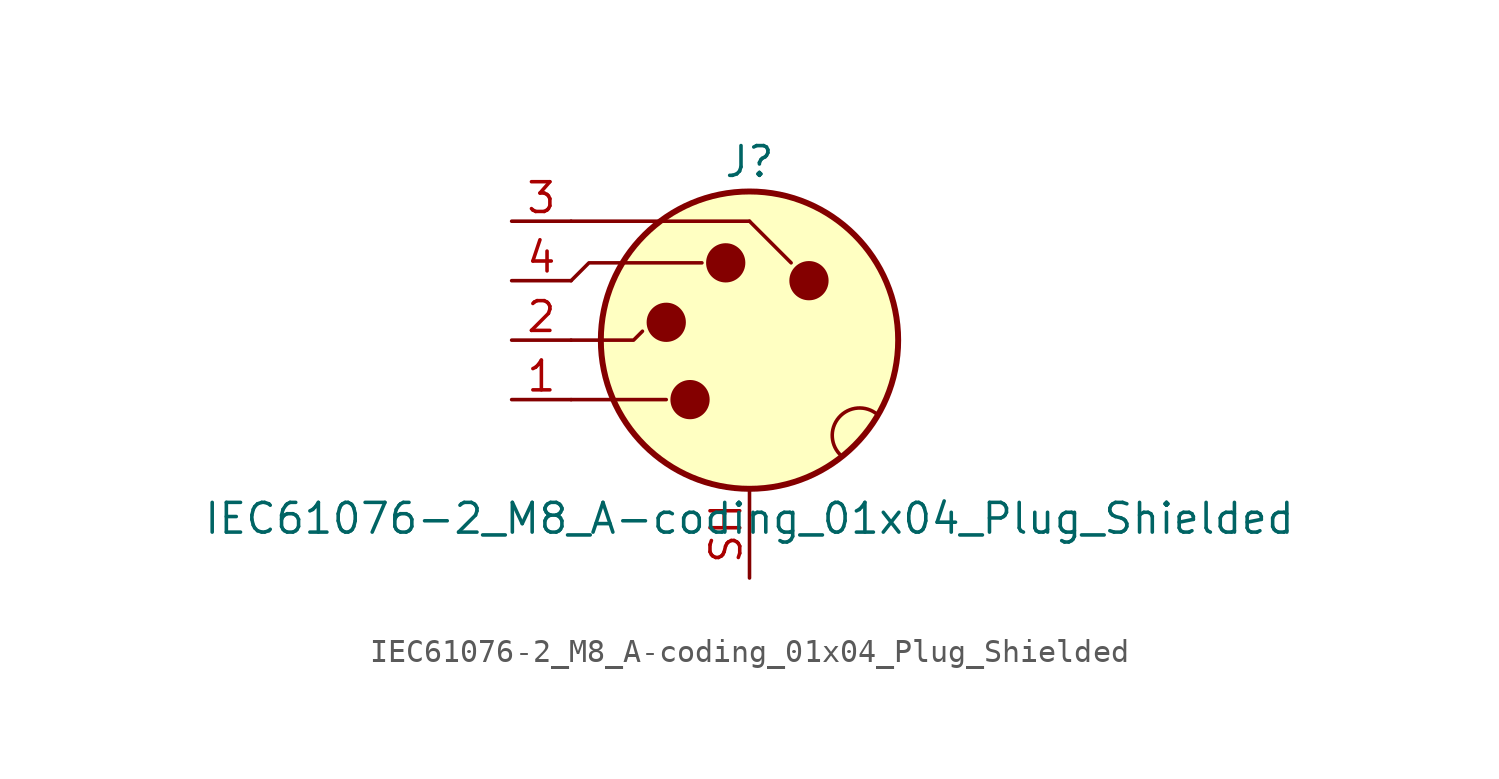
<source format=kicad_sym>
(kicad_symbol_lib
  (version 20241209)
  (generator "kicad_symbol_editor")
  (generator_version "9.0")
  (symbol "IEC61076-2_M8_A-coding_01x04_Plug_Shielded"
    (property "Reference" "J"
      (at 0 7.62 0)
      (effects (font (size 1.27 1.27))))
    (property "Value" "IEC61076-2_M8_A-coding_01x04_Plug_Shielded"
      (at 0 -7.62 0)
      (effects (font (size 1.27 1.27))))
    (symbol "IEC61076-2_M8_A-coding_01x04_Plug_Shielded_0_1"
      (polyline (pts (xy -7.62 0) (xy -4.953 0) (xy -4.572 0.381)) (stroke (width 0) (type default)) (fill (type none)))
      (polyline (pts (xy -7.62 -2.54) (xy -3.556 -2.54)) (stroke (width 0) (type default)) (fill (type none)))
      (circle (center -3.556 0.762) (radius 0.762) (stroke (width 0) (type default)) (fill (type outline)))
      (circle (center -2.54 -2.54) (radius 0.762) (stroke (width 0) (type default)) (fill (type outline)))
      (polyline (pts (xy -2.032 3.302) (xy -6.858 3.302) (xy -7.62 2.54)) (stroke (width 0) (type default)) (fill (type none)))
      (circle (center -1.016 3.302) (radius 0.762) (stroke (width 0) (type default)) (fill (type outline)))
      (polyline (pts (xy 0 5.08) (xy -7.62 5.08)) (stroke (width 0) (type default)) (fill (type none)))
      (polyline (pts (xy 0 5.08) (xy 1.778 3.302)) (stroke (width 0) (type default)) (fill (type none)))
      (circle (center 0 0) (radius 6.35) (stroke (width 0.254) (type default)) (fill (type background)))
      (circle (center 2.54 2.54) (radius 0.762) (stroke (width 0) (type default)) (fill (type outline)))
      (arc (start 3.937 -4.953) (mid 3.819 -3.3063) (end 5.461 -3.175) (stroke (width 0) (type default)) (fill (type none))))
    (symbol "IEC61076-2_M8_A-coding_01x04_Plug_Shielded_1_1"
      (pin passive line (at -10.16 5.08 0) (length 2.54) (name "~" (effects (font (size 1.27 1.27)))) (number "3" (effects (font (size 1.27 1.27)))))
      (pin passive line (at -10.16 2.54 0) (length 2.54) (name "~" (effects (font (size 1.27 1.27)))) (number "4" (effects (font (size 1.27 1.27)))))
      (pin passive line (at -10.16 0 0) (length 2.54) (name "~" (effects (font (size 1.27 1.27)))) (number "2" (effects (font (size 1.27 1.27)))))
      (pin passive line (at -10.16 -2.54 0) (length 2.54) (name "~" (effects (font (size 1.27 1.27)))) (number "1" (effects (font (size 1.27 1.27)))))
      (pin passive line (at 0 -10.16 90) (length 3.81) (name "~" (effects (font (size 1.27 1.27)))) (number "SH" (effects (font (size 1.27 1.27))))))))
</source>
